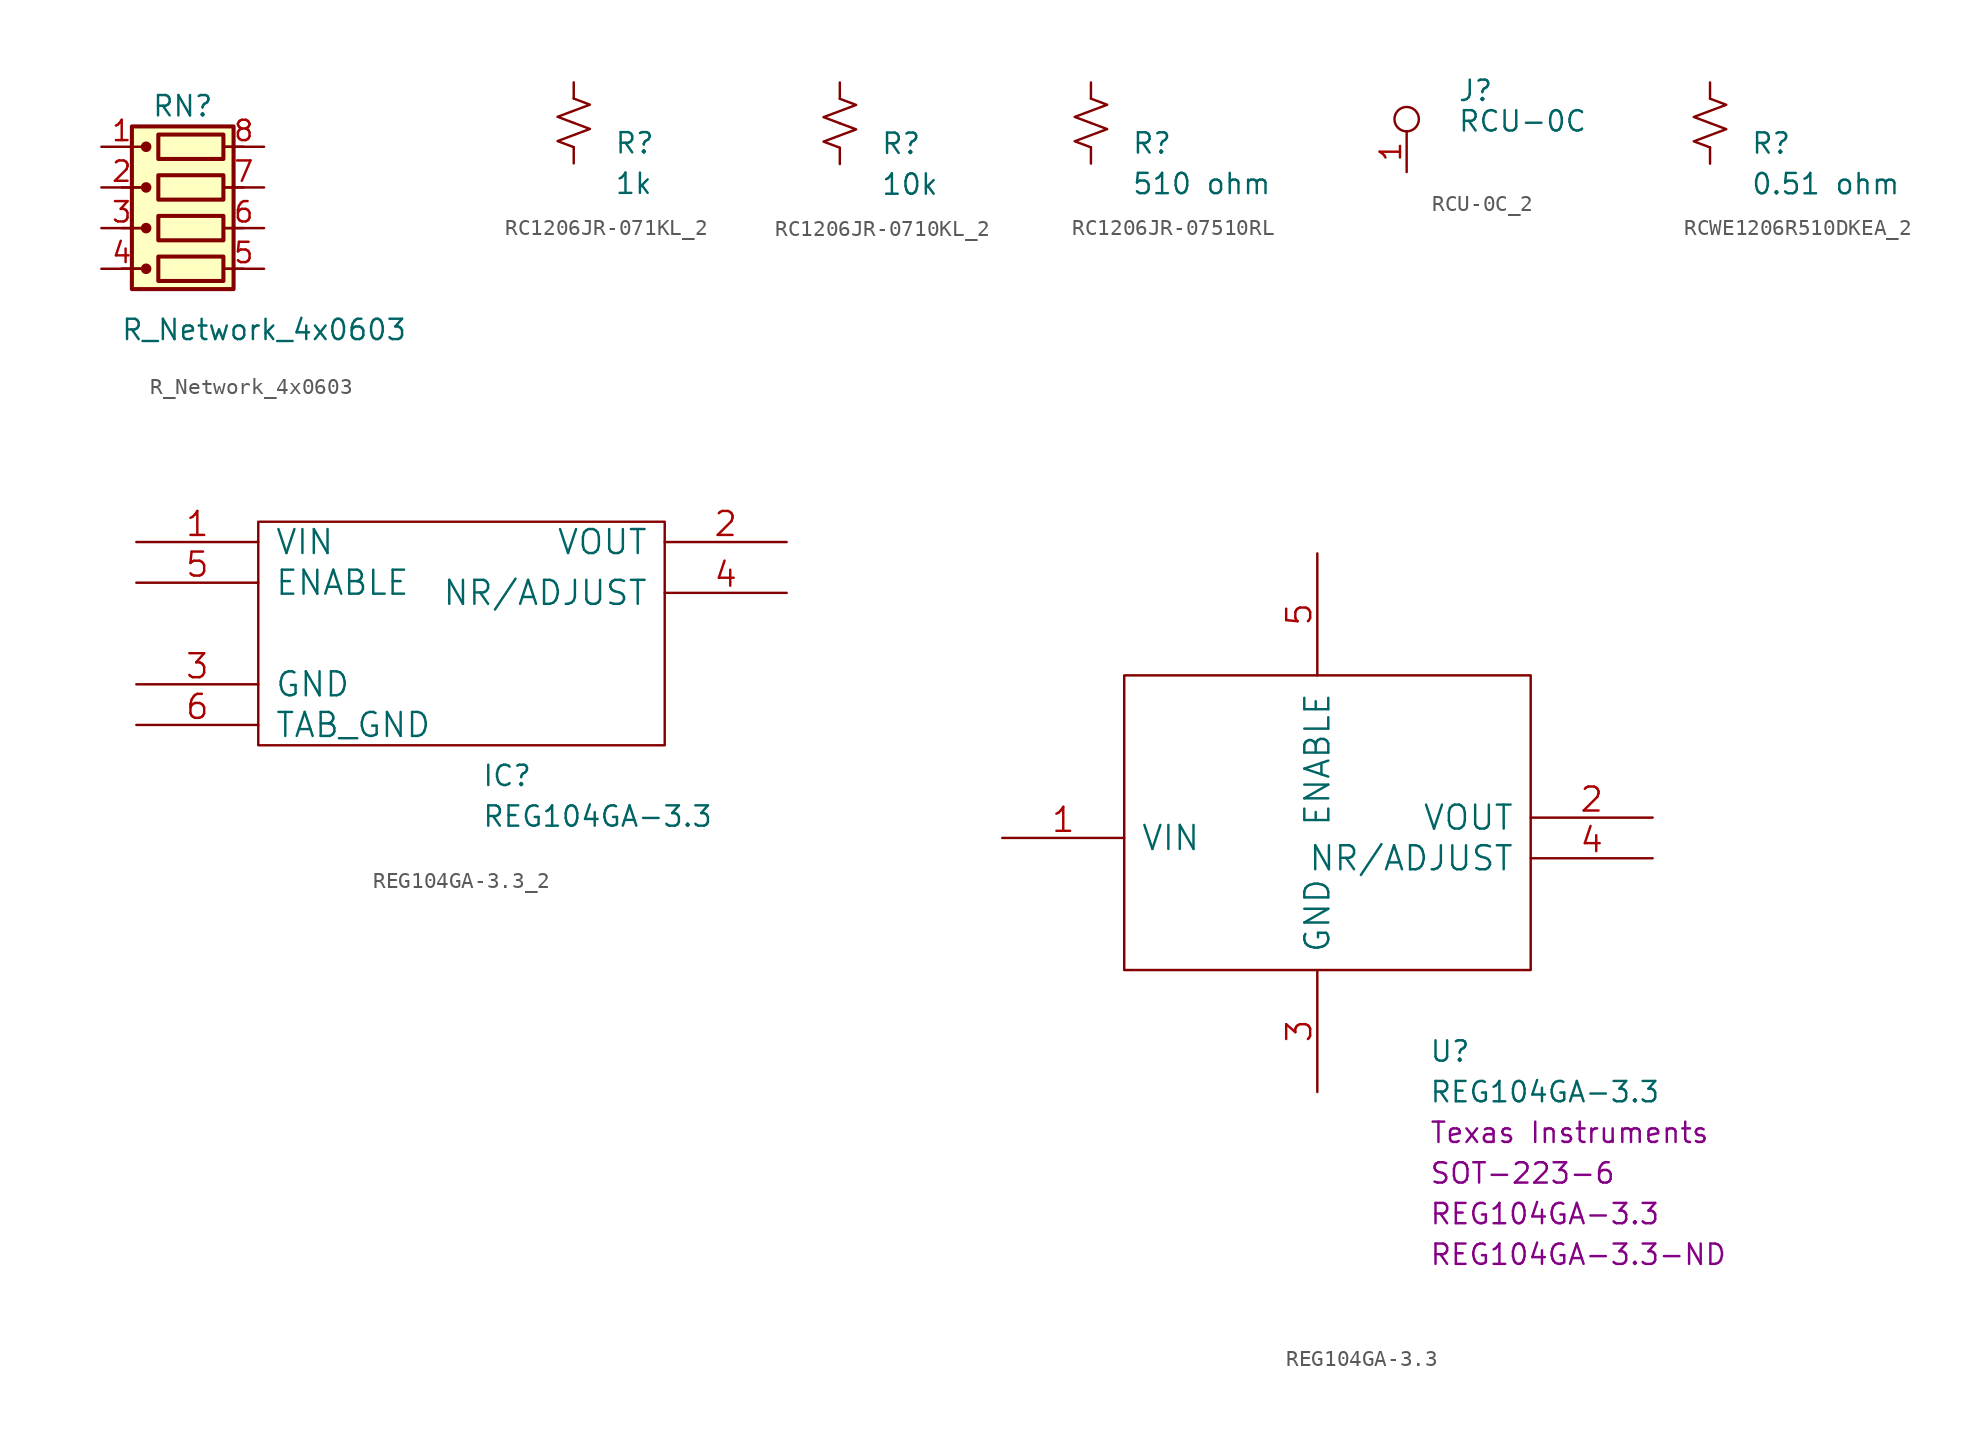
<source format=kicad_sym>
(kicad_symbol_lib
  (version 20231120)
  (generator "kicad_symbol_editor")
  (generator_version "8.0")
  (symbol "R_Network_4x0603"
    (pin_names
      (offset 0) hide)
    (property "Reference" "RN"
      (at 0 6.35 0)
      (effects (font (size 1.27 1.27))))
    (property "Value" "R_Network_4x0603"
      (at 5.08 -7.62 0)
      (effects (font (size 1.27 1.27))))
    (symbol "R_Network_4x0603_0_1"
      (circle (center -2.286 -3.81) (radius 0.254) (stroke (width 0) (type default)) (fill (type outline)))
      (circle (center -2.286 -1.27) (radius 0.254) (stroke (width 0) (type default)) (fill (type outline)))
      (circle (center -2.286 1.27) (radius 0.254) (stroke (width 0) (type default)) (fill (type outline)))
      (circle (center -2.286 3.81) (radius 0.254) (stroke (width 0) (type default)) (fill (type outline)))
      (rectangle (start -1.524 -3.048) (end 2.54 -4.572) (stroke (width 0.254) (type default)) (fill (type none)))
      (rectangle (start -1.524 -0.508) (end 2.54 -2.032) (stroke (width 0.254) (type default)) (fill (type none)))
      (rectangle (start -1.524 2.032) (end 2.54 0.508) (stroke (width 0.254) (type default)) (fill (type none)))
      (rectangle (start -1.524 4.572) (end 2.54 3.048) (stroke (width 0.254) (type default)) (fill (type none)))
      (polyline (pts (xy -3.81 -3.81) (xy -2.54 -3.81)) (stroke (width 0) (type default)) (fill (type none)))
      (polyline (pts (xy -3.81 -3.81) (xy -2.54 -3.81)) (stroke (width 0) (type default)) (fill (type none)))
      (polyline (pts (xy -3.81 -1.27) (xy -2.54 -1.27)) (stroke (width 0) (type default)) (fill (type none)))
      (polyline (pts (xy -3.81 1.27) (xy -2.54 1.27)) (stroke (width 0) (type default)) (fill (type none)))
      (polyline (pts (xy 2.54 -3.81) (xy 3.81 -3.81)) (stroke (width 0) (type default)) (fill (type none)))
      (polyline (pts (xy 2.54 -1.27) (xy 3.81 -1.27)) (stroke (width 0) (type default)) (fill (type none)))
      (polyline (pts (xy 2.54 1.27) (xy 3.81 1.27)) (stroke (width 0) (type default)) (fill (type none)))
      (polyline (pts (xy 2.54 3.81) (xy 3.81 3.81)) (stroke (width 0) (type default)) (fill (type none)))
      (rectangle (start 3.175 5.08) (end -3.175 -5.08) (stroke (width 0.254) (type default)) (fill (type background))))
    (symbol "R_Network_4x0603_1_1"
      (pin input line (at -5.08 3.81 0) (length 2.54) (name "common" (effects (font (size 1.27 1.27)))) (number "1" (effects (font (size 1.27 1.27)))))
      (pin input line (at -5.08 1.27 0) (length 2.54) (name "2" (effects (font (size 1.27 1.27)))) (number "2" (effects (font (size 1.27 1.27)))))
      (pin input line (at -5.08 -1.27 0) (length 2.54) (name "3" (effects (font (size 1.27 1.27)))) (number "3" (effects (font (size 1.27 1.27)))))
      (pin input line (at -5.08 -3.81 0) (length 2.54) (name "4" (effects (font (size 1.27 1.27)))) (number "4" (effects (font (size 1.27 1.27)))))
      (pin input line (at 5.08 -3.81 180) (length 2.54) (name "5" (effects (font (size 1.27 1.27)))) (number "5" (effects (font (size 1.27 1.27)))))
      (pin input line (at 5.08 -1.27 180) (length 2.54) (name "6" (effects (font (size 1.27 1.27)))) (number "6" (effects (font (size 1.27 1.27)))))
      (pin input line (at 5.08 1.27 180) (length 2.54) (name "7" (effects (font (size 1.27 1.27)))) (number "7" (effects (font (size 1.27 1.27)))))
      (pin input line (at 5.08 3.81 180) (length 2.54) (name "8" (effects (font (size 1.27 1.27)))) (number "8" (effects (font (size 1.27 1.27)))))))
  (symbol "RC1206JR-071KL_2"
    (pin_numbers hide)
    (pin_names
      (offset 0.254) hide)
    (property "Reference" "R"
      (at 2.54 -1.27 0)
      (effects (font (size 1.27 1.27)) (justify left)))
    (property "Value" "1k"
      (at 2.54 -3.81 0)
      (effects (font (size 1.27 1.27)) (justify left)))
    (symbol "RC1206JR-071KL_2_1_1"
      (polyline (pts (xy 0 0) (xy 1.016 -0.381) (xy 0 -0.762) (xy -1.016 -1.143) (xy 0 -1.524)) (stroke (width 0) (type default)) (fill (type none)))
      (polyline (pts (xy 0 1.524) (xy 1.016 1.143) (xy 0 0.762) (xy -1.016 0.381) (xy 0 0)) (stroke (width 0) (type default)) (fill (type none)))
      (pin passive line (at 0 2.54 270) (length 1.016) (name "~" (effects (font (size 1.27 1.27)))) (number "1" (effects (font (size 1.27 1.27)))))
      (pin passive line (at 0 -2.54 90) (length 1.016) (name "~" (effects (font (size 1.27 1.27)))) (number "2" (effects (font (size 1.27 1.27)))))))
  (symbol "RC1206JR-0710KL_2"
    (pin_numbers hide)
    (pin_names
      (offset 0.254) hide)
    (property "Reference" "R"
      (at 2.54 -1.27 0)
      (effects (font (size 1.27 1.27)) (justify left)))
    (property "Value" "10k"
      (at 2.54 -3.81 0)
      (effects (font (size 1.27 1.27)) (justify left)))
    (symbol "RC1206JR-0710KL_2_1_1"
      (polyline (pts (xy 0 0) (xy 1.016 -0.381) (xy 0 -0.762) (xy -1.016 -1.143) (xy 0 -1.524)) (stroke (width 0) (type default)) (fill (type none)))
      (polyline (pts (xy 0 1.524) (xy 1.016 1.143) (xy 0 0.762) (xy -1.016 0.381) (xy 0 0)) (stroke (width 0) (type default)) (fill (type none)))
      (pin passive line (at 0 2.54 270) (length 1.016) (name "~" (effects (font (size 1.27 1.27)))) (number "1" (effects (font (size 1.27 1.27)))))
      (pin passive line (at 0 -2.54 90) (length 1.016) (name "~" (effects (font (size 1.27 1.27)))) (number "2" (effects (font (size 1.27 1.27)))))))
  (symbol "RC1206JR-07510RL"
    (pin_numbers hide)
    (pin_names
      (offset 0.254) hide)
    (property "Reference" "R"
      (at 2.54 -1.27 0)
      (effects (font (size 1.27 1.27)) (justify left)))
    (property "Value" "510 ohm"
      (at 2.54 -3.81 0)
      (effects (font (size 1.27 1.27)) (justify left)))
    (symbol "RC1206JR-07510RL_1_1"
      (polyline (pts (xy 0 0) (xy 1.016 -0.381) (xy 0 -0.762) (xy -1.016 -1.143) (xy 0 -1.524)) (stroke (width 0) (type default)) (fill (type none)))
      (polyline (pts (xy 0 1.524) (xy 1.016 1.143) (xy 0 0.762) (xy -1.016 0.381) (xy 0 0)) (stroke (width 0) (type default)) (fill (type none)))
      (pin passive line (at 0 2.54 270) (length 1.016) (name "~" (effects (font (size 1.27 1.27)))) (number "1" (effects (font (size 1.27 1.27)))))
      (pin passive line (at 0 -2.54 90) (length 1.016) (name "~" (effects (font (size 1.27 1.27)))) (number "2" (effects (font (size 1.27 1.27)))))))
  (symbol "RCU-0C_2"
    (pin_names
      (offset 1.016) hide)
    (property "Reference" "J"
      (at 3.175 5.08 0)
      (effects (font (size 1.27 1.27)) (justify left)))
    (property "Value" "RCU-0C"
      (at 3.175 3.175 0)
      (effects (font (size 1.27 1.27)) (justify left)))
    (symbol "RCU-0C_2_1_1"
      (circle (center 0 3.302) (radius 0.762) (stroke (width 0) (type default)) (fill (type none)))
      (pin passive line (at 0 0 90) (length 2.54) (name "1" (effects (font (size 1.27 1.27)))) (number "1" (effects (font (size 1.27 1.27)))))))
  (symbol "RCWE1206R510DKEA_2"
    (pin_numbers hide)
    (pin_names
      (offset 0.254) hide)
    (property "Reference" "R"
      (at 2.54 -1.27 0)
      (effects (font (size 1.27 1.27)) (justify left)))
    (property "Value" "0.51 ohm"
      (at 2.54 -3.81 0)
      (effects (font (size 1.27 1.27)) (justify left)))
    (symbol "RCWE1206R510DKEA_2_1_1"
      (polyline (pts (xy 0 0) (xy 1.016 -0.381) (xy 0 -0.762) (xy -1.016 -1.143) (xy 0 -1.524)) (stroke (width 0) (type default)) (fill (type none)))
      (polyline (pts (xy 0 1.524) (xy 1.016 1.143) (xy 0 0.762) (xy -1.016 0.381) (xy 0 0)) (stroke (width 0) (type default)) (fill (type none)))
      (pin passive line (at 0 2.54 270) (length 1.016) (name "~" (effects (font (size 1.27 1.27)))) (number "1" (effects (font (size 1.27 1.27)))))
      (pin passive line (at 0 -2.54 90) (length 1.016) (name "~" (effects (font (size 1.27 1.27)))) (number "2" (effects (font (size 1.27 1.27)))))))
  (symbol "REG104GA-3.3_2"
    (pin_names
      (offset 1.016))
    (property "Reference" "IC"
      (at 1.27 -8.89 0)
      (effects (font (size 1.27 1.27)) (justify left)))
    (property "Value" "REG104GA-3.3"
      (at 1.27 -11.43 0)
      (effects (font (size 1.27 1.27)) (justify left)))
    (symbol "REG104GA-3.3_2_0_1"
      (rectangle (start -12.7 6.985) (end 12.7 -6.985) (stroke (width 0) (type default)) (fill (type none))))
    (symbol "REG104GA-3.3_2_1_1"
      (pin input line (at -20.32 5.715 0) (length 7.62) (name "VIN" (effects (font (size 1.499 1.499)))) (number "1" (effects (font (size 1.499 1.499)))))
      (pin output line (at 20.32 5.715 180) (length 7.62) (name "VOUT" (effects (font (size 1.499 1.499)))) (number "2" (effects (font (size 1.499 1.499)))))
      (pin power_in line (at -20.32 -3.175 0) (length 7.62) (name "GND" (effects (font (size 1.499 1.499)))) (number "3" (effects (font (size 1.499 1.499)))))
      (pin bidirectional line (at 20.32 2.54 180) (length 7.62) (name "NR/ADJUST" (effects (font (size 1.499 1.499)))) (number "4" (effects (font (size 1.499 1.499)))))
      (pin unspecified line (at -20.32 3.175 0) (length 7.62) (name "ENABLE" (effects (font (size 1.499 1.499)))) (number "5" (effects (font (size 1.499 1.499)))))
      (pin power_in line (at -20.32 -5.715 0) (length 7.62) (name "TAB_GND" (effects (font (size 1.499 1.499)))) (number "6" (effects (font (size 1.499 1.499)))))))
  (symbol "REG104GA-3.3"
    (pin_names
      (offset 1.016))
    (property "Reference" "U"
      (at 6.985 -13.335 0)
      (effects (font (size 1.27 1.27)) (justify left)))
    (property "Value" "REG104GA-3.3"
      (at 6.985 -15.875 0)
      (effects (font (size 1.27 1.27)) (justify left)))
    (property "Chip Set" "SOT-223-6"
      (at 6.985 -20.955 0)
      (effects (font (size 1.27 1.27)) (justify left)))
    (property "Manufacturer" "Texas Instruments"
      (at 6.985 -18.415 0)
      (effects (font (size 1.27 1.27)) (justify left)))
    (property "MPN" "REG104GA-3.3"
      (at 6.985 -23.495 0)
      (effects (font (size 1.27 1.27)) (justify left)))
    (property "Digi-Key_PN" "REG104GA-3.3-ND"
      (at 6.985 -26.035 0)
      (effects (font (size 1.27 1.27)) (justify left)))
    (symbol "REG104GA-3.3_0_1"
      (rectangle (start -12.065 10.16) (end 13.335 -8.255) (stroke (width 0) (type solid)) (fill (type none))))
    (symbol "REG104GA-3.3_1_1"
      (pin input line (at -19.685 0 0) (length 7.62) (name "VIN" (effects (font (size 1.499 1.499)))) (number "1" (effects (font (size 1.499 1.499)))))
      (pin output line (at 20.955 1.27 180) (length 7.62) (name "VOUT" (effects (font (size 1.499 1.499)))) (number "2" (effects (font (size 1.499 1.499)))))
      (pin power_in line (at 0 -15.875 90) (length 7.62) (name "GND" (effects (font (size 1.499 1.499)))) (number "3" (effects (font (size 1.499 1.499)))))
      (pin bidirectional line (at 20.955 -1.27 180) (length 7.62) (name "NR/ADJUST" (effects (font (size 1.499 1.499)))) (number "4" (effects (font (size 1.499 1.499)))))
      (pin unspecified line (at 0 17.78 270) (length 7.62) (name "ENABLE" (effects (font (size 1.499 1.499)))) (number "5" (effects (font (size 1.499 1.499))))))))
</source>
